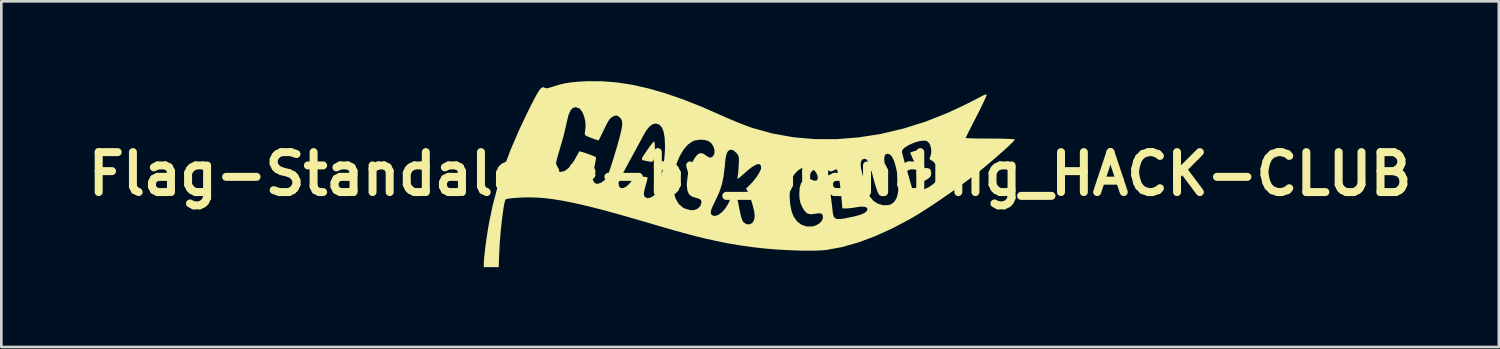
<source format=kicad_pcb>
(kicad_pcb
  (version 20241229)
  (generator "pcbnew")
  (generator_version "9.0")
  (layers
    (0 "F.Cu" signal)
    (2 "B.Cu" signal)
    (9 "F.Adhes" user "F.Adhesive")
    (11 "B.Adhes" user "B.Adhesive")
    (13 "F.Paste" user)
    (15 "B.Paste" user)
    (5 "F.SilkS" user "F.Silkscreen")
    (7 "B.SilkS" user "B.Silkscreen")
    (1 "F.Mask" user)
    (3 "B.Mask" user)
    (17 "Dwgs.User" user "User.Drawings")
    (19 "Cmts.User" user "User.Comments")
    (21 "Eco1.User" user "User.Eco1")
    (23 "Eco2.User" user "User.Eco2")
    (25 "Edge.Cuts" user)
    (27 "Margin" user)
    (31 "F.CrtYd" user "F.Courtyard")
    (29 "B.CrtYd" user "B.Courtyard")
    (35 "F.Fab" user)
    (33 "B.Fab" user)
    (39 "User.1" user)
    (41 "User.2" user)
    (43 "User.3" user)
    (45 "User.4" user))
  (footprint "Flag-Standalone-bw_Branding_HACK-CLUB"
    (layer "F.Cu")
    (at 25.121 3.485)
    (property "Reference" "Flag-Standalone-bw_Branding_HACK-CLUB" (at 0 0 0) (layer "F.SilkS") (effects (font (size 1.5 1.5) (thickness 0.3))))
    (attr board_only exclude_from_pos_files exclude_from_bom)
    (fp_poly (pts (xy 6.481 -0.87) (xy 6.509 -0.817) (xy 6.532 -0.754) (xy 6.526 -0.705) (xy 6.48 -0.646) (xy 6.392 -0.565) (xy 6.298 -0.486) (xy 6.228 -0.433) (xy 6.201 -0.418) (xy 6.173 -0.45) (xy 6.129 -0.533) (xy 6.094 -0.61) (xy 6.013 -0.802) (xy 6.115 -0.842) (xy 6.23 -0.878) (xy 6.339 -0.902) (xy 6.429 -0.906)) (stroke (width 0) (type solid)) (fill yes) (layer "F.SilkS"))
    (fp_poly (pts (xy -3.589 -1.182) (xy -3.577 -1.085) (xy -3.577 -0.943) (xy -3.587 -0.769) (xy -3.599 -0.656) (xy -3.619 -0.535) (xy -3.654 -0.474) (xy -3.724 -0.459) (xy -3.846 -0.478) (xy -3.859 -0.481) (xy -3.97 -0.504) (xy -4.038 -0.524) (xy -4.065 -0.556) (xy -4.05 -0.611) (xy -3.994 -0.704) (xy -3.898 -0.846) (xy -3.878 -0.875) (xy -3.781 -1.014) (xy -3.697 -1.126) (xy -3.637 -1.197) (xy -3.611 -1.217)) (stroke (width 0) (type solid)) (fill yes) (layer "F.SilkS"))
    (fp_poly (pts (xy 6.673 -0.221) (xy 6.754 -0.189) (xy 6.761 -0.183) (xy 6.796 -0.106) (xy 6.804 -0.001) (xy 6.782 0.087) (xy 6.777 0.095) (xy 6.711 0.158) (xy 6.615 0.223) (xy 6.508 0.279) (xy 6.413 0.315) (xy 6.349 0.322) (xy 6.337 0.313) (xy 6.32 0.26) (xy 6.297 0.166) (xy 6.295 0.152) (xy 6.271 0.042) (xy 6.25 -0.045) (xy 6.249 -0.048) (xy 6.266 -0.109) (xy 6.338 -0.162) (xy 6.444 -0.202) (xy 6.562 -0.223)) (stroke (width 0) (type solid)) (fill yes) (layer "F.SilkS"))
    (fp_poly (pts (xy -5.558 -3.483) (xy -5 -3.439) (xy -4.424 -3.35) (xy -3.823 -3.216) (xy -3.191 -3.034) (xy -2.524 -2.804) (xy -1.814 -2.524) (xy -1.065 -2.195) (xy -0.813 -2.084) (xy -0.542 -1.97) (xy -0.276 -1.864) (xy -0.038 -1.774) (xy 0.095 -1.728) (xy 0.846 -1.52) (xy 1.623 -1.381) (xy 2.422 -1.311) (xy 3.239 -1.308) (xy 4.068 -1.373) (xy 4.906 -1.504) (xy 5.747 -1.702) (xy 6.588 -1.966) (xy 7.422 -2.296) (xy 7.928 -2.53) (xy 8.135 -2.632) (xy 8.332 -2.731) (xy 8.503 -2.818) (xy 8.631 -2.886) (xy 8.679 -2.912) (xy 8.783 -2.965) (xy 8.861 -2.991) (xy 8.888 -2.988) (xy 8.879 -2.948) (xy 8.84 -2.85) (xy 8.773 -2.704) (xy 8.685 -2.52) (xy 8.579 -2.308) (xy 8.508 -2.169) (xy 8.392 -1.944) (xy 8.289 -1.742) (xy 8.204 -1.573) (xy 8.141 -1.446) (xy 8.105 -1.371) (xy 8.099 -1.354) (xy 8.135 -1.348) (xy 8.237 -1.342) (xy 8.394 -1.337) (xy 8.597 -1.333) (xy 8.833 -1.331) (xy 9.009 -1.331) (xy 9.278 -1.329) (xy 9.513 -1.325) (xy 9.706 -1.319) (xy 9.847 -1.311) (xy 9.927 -1.301) (xy 9.942 -1.296) (xy 9.921 -1.258) (xy 9.845 -1.176) (xy 9.717 -1.052) (xy 9.54 -0.891) (xy 9.317 -0.694) (xy 9.052 -0.465) (xy 8.879 -0.318) (xy 8.597 -0.088) (xy 8.266 0.167) (xy 7.901 0.437) (xy 7.516 0.712) (xy 7.127 0.981) (xy 6.749 1.234) (xy 6.395 1.46) (xy 6.082 1.649) (xy 6.027 1.681) (xy 5.35 2.04) (xy 4.692 2.338) (xy 4.057 2.574) (xy 3.449 2.746) (xy 2.873 2.852) (xy 2.84 2.856) (xy 2.638 2.872) (xy 2.375 2.88) (xy 2.065 2.88) (xy 1.723 2.872) (xy 1.363 2.857) (xy 0.999 2.836) (xy 0.646 2.807) (xy 0.494 2.793) (xy 0.046 2.741) (xy -0.391 2.679) (xy -0.828 2.605) (xy -1.276 2.516) (xy -1.747 2.409) (xy -2.251 2.282) (xy -2.8 2.132) (xy -3.405 1.958) (xy -3.593 1.902) (xy -4.262 1.706) (xy -4.865 1.534) (xy -5.149 1.455) (xy -1.477 1.455) (xy -1.456 1.519) (xy -1.406 1.559) (xy -1.302 1.575) (xy -1.18 1.529) (xy -1.053 1.431) (xy -0.929 1.291) (xy -0.82 1.118) (xy -0.743 0.946) (xy -0.695 0.831) (xy -0.648 0.775) (xy -0.591 0.76) (xy -0.555 0.765) (xy -0.526 0.788) (xy -0.502 0.841) (xy -0.476 0.936) (xy -0.445 1.084) (xy -0.414 1.245) (xy -0.37 1.467) (xy -0.331 1.626) (xy -0.293 1.733) (xy -0.252 1.801) (xy -0.24 1.816) (xy -0.129 1.887) (xy -0.012 1.892) (xy 0.089 1.832) (xy 0.091 1.83) (xy 0.152 1.727) (xy 0.174 1.591) (xy 0.157 1.412) (xy 0.1 1.178) (xy 0.097 1.166) (xy 0.044 0.997) (xy -0.005 0.857) (xy 1.486 0.857) (xy 1.507 1.139) (xy 1.559 1.397) (xy 1.635 1.596) (xy 1.767 1.782) (xy 1.938 1.909) (xy 2.134 1.973) (xy 2.344 1.969) (xy 2.46 1.937) (xy 2.602 1.858) (xy 2.7 1.752) (xy 2.738 1.637) (xy 2.738 1.633) (xy 2.722 1.535) (xy 2.669 1.484) (xy 2.567 1.475) (xy 2.445 1.494) (xy 2.28 1.513) (xy 2.156 1.485) (xy 2.056 1.4) (xy 1.964 1.25) (xy 1.952 1.226) (xy 1.89 1.079) (xy 1.859 0.935) (xy 1.849 0.755) (xy 1.849 0.747) (xy 1.863 0.521) (xy 1.91 0.356) (xy 1.993 0.241) (xy 2.059 0.193) (xy 2.134 0.16) (xy 2.198 0.163) (xy 2.29 0.206) (xy 2.292 0.207) (xy 2.42 0.254) (xy 2.506 0.24) (xy 2.545 0.173) (xy 2.532 0.06) (xy 2.49 -0.039) (xy 2.449 -0.091) (xy 2.932 -0.091) (xy 2.935 0.038) (xy 2.951 0.215) (xy 2.98 0.45) (xy 3 0.598) (xy 3.03 0.817) (xy 3.058 1.035) (xy 3.082 1.228) (xy 3.098 1.371) (xy 3.099 1.381) (xy 3.116 1.508) (xy 3.143 1.6) (xy 3.191 1.66) (xy 3.27 1.69) (xy 3.388 1.692) (xy 3.555 1.668) (xy 3.781 1.622) (xy 3.93 1.589) (xy 4.155 1.527) (xy 4.307 1.459) (xy 4.391 1.382) (xy 4.411 1.313) (xy 4.377 1.258) (xy 4.283 1.229) (xy 4.142 1.227) (xy 3.992 1.249) (xy 3.84 1.274) (xy 3.689 1.29) (xy 3.623 1.293) (xy 3.466 1.293) (xy 3.445 1.036) (xy 3.408 0.642) (xy 3.368 0.32) (xy 3.325 0.064) (xy 3.277 -0.128) (xy 3.224 -0.262) (xy 3.198 -0.298) (xy 4.156 -0.298) (xy 4.158 -0.282) (xy 4.187 -0.128) (xy 4.234 0.065) (xy 4.294 0.276) (xy 4.359 0.484) (xy 4.425 0.67) (xy 4.483 0.812) (xy 4.508 0.861) (xy 4.634 1.01) (xy 4.802 1.116) (xy 4.993 1.172) (xy 5.186 1.17) (xy 5.306 1.133) (xy 5.426 1.037) (xy 5.513 0.88) (xy 5.563 0.668) (xy 5.575 0.409) (xy 5.549 0.108) (xy 5.533 0.012) (xy 5.472 -0.279) (xy 5.406 -0.499) (xy 5.332 -0.65) (xy 5.25 -0.736) (xy 5.165 -0.76) (xy 5.093 -0.74) (xy 5.051 -0.674) (xy 5.038 -0.556) (xy 5.055 -0.38) (xy 5.091 -0.176) (xy 5.136 0.09) (xy 5.163 0.332) (xy 5.169 0.537) (xy 5.155 0.69) (xy 5.132 0.763) (xy 5.063 0.821) (xy 4.963 0.835) (xy 4.878 0.806) (xy 4.833 0.756) (xy 4.784 0.657) (xy 4.73 0.503) (xy 4.666 0.287) (xy 4.6 0.035) (xy 4.537 -0.2) (xy 4.481 -0.369) (xy 4.428 -0.481) (xy 4.374 -0.545) (xy 4.314 -0.569) (xy 4.295 -0.57) (xy 4.205 -0.539) (xy 4.158 -0.447) (xy 4.156 -0.298) (xy 3.198 -0.298) (xy 3.165 -0.343) (xy 3.144 -0.358) (xy 3.084 -0.376) (xy 3.027 -0.339) (xy 3.002 -0.309) (xy 2.965 -0.254) (xy 2.942 -0.185) (xy 2.932 -0.091) (xy 2.449 -0.091) (xy 2.385 -0.172) (xy 2.25 -0.245) (xy 2.096 -0.261) (xy 1.938 -0.221) (xy 1.789 -0.128) (xy 1.661 0.016) (xy 1.61 0.103) (xy 1.537 0.316) (xy 1.496 0.575) (xy 1.486 0.857) (xy -0.005 0.857) (xy -0.012 0.837) (xy -0.061 0.715) (xy -0.075 0.687) (xy -0.148 0.543) (xy -0.031 0.433) (xy 0.096 0.3) (xy 0.216 0.151) (xy 0.317 0.001) (xy 0.389 -0.13) (xy 0.418 -0.227) (xy 0.418 -0.234) (xy 0.397 -0.336) (xy 0.333 -0.376) (xy 0.228 -0.353) (xy 0.081 -0.268) (xy -0.106 -0.122) (xy -0.226 -0.014) (xy -0.339 0.086) (xy -0.425 0.154) (xy -0.473 0.182) (xy -0.479 0.171) (xy -0.464 0.102) (xy -0.449 -0.023) (xy -0.435 -0.183) (xy -0.429 -0.286) (xy -0.42 -0.46) (xy -0.419 -0.577) (xy -0.429 -0.655) (xy -0.453 -0.712) (xy -0.493 -0.767) (xy -0.512 -0.79) (xy -0.572 -0.843) (xy 5.706 -0.843) (xy 5.718 -0.763) (xy 5.747 -0.654) (xy 5.775 -0.552) (xy 5.817 -0.401) (xy 5.87 -0.218) (xy 5.926 -0.02) (xy 5.983 0.177) (xy 6.034 0.356) (xy 6.075 0.498) (xy 6.102 0.588) (xy 6.105 0.599) (xy 6.154 0.637) (xy 6.258 0.643) (xy 6.404 0.616) (xy 6.56 0.567) (xy 6.734 0.482) (xy 6.892 0.368) (xy 7.016 0.242) (xy 7.088 0.119) (xy 7.094 0.1) (xy 7.098 -0.043) (xy 7.055 -0.202) (xy 6.976 -0.354) (xy 6.874 -0.475) (xy 6.772 -0.537) (xy 6.739 -0.566) (xy 6.758 -0.626) (xy 6.763 -0.636) (xy 6.803 -0.773) (xy 6.803 -0.934) (xy 6.766 -1.085) (xy 6.724 -1.159) (xy 6.668 -1.22) (xy 6.607 -1.248) (xy 6.514 -1.252) (xy 6.443 -1.247) (xy 6.285 -1.216) (xy 6.107 -1.154) (xy 5.936 -1.073) (xy 5.8 -0.985) (xy 5.753 -0.942) (xy 5.718 -0.895) (xy 5.706 -0.843) (xy -0.572 -0.843) (xy -0.611 -0.879) (xy -0.705 -0.913) (xy -0.706 -0.913) (xy -0.782 -0.897) (xy -0.84 -0.843) (xy -0.885 -0.742) (xy -0.919 -0.586) (xy -0.945 -0.366) (xy -0.953 -0.271) (xy -0.993 0.077) (xy -1.056 0.38) (xy -1.15 0.666) (xy -1.283 0.964) (xy -1.316 1.03) (xy -1.409 1.221) (xy -1.462 1.359) (xy -1.477 1.455) (xy -5.149 1.455) (xy -5.407 1.384) (xy -5.895 1.257) (xy -6.335 1.151) (xy -6.731 1.064) (xy -7.09 0.995) (xy -7.417 0.943) (xy -7.718 0.907) (xy -7.999 0.886) (xy -8.265 0.878) (xy -8.346 0.878) (xy -8.56 0.883) (xy -8.763 0.894) (xy -8.942 0.909) (xy -9.081 0.927) (xy -9.165 0.947) (xy -9.181 0.955) (xy -9.206 1.014) (xy -9.235 1.138) (xy -9.265 1.315) (xy -9.296 1.534) (xy -9.327 1.785) (xy -9.356 2.056) (xy -9.381 2.335) (xy -9.402 2.612) (xy -9.416 2.876) (xy -9.417 2.899) (xy -9.442 3.498) (xy -9.721 3.498) (xy -10 3.498) (xy -10 3.354) (xy -9.994 3.229) (xy -9.977 3.044) (xy -9.951 2.817) (xy -9.918 2.564) (xy -9.88 2.3) (xy -9.84 2.043) (xy -9.809 1.863) (xy -9.665 1.17) (xy -9.482 0.479) (xy -9.256 -0.219) (xy -9.208 -0.346) (xy -7.294 -0.346) (xy -7.287 -0.203) (xy -7.238 -0.115) (xy -7.148 -0.078) (xy -7.115 -0.076) (xy -6.963 -0.113) (xy -6.813 -0.226) (xy -6.664 -0.413) (xy -6.59 -0.533) (xy -6.516 -0.666) (xy -6.456 -0.773) (xy -6.422 -0.839) (xy -6.417 -0.849) (xy -6.381 -0.847) (xy -6.294 -0.824) (xy -6.176 -0.785) (xy -6.046 -0.74) (xy -5.924 -0.693) (xy -5.83 -0.653) (xy -5.785 -0.626) (xy -5.787 -0.586) (xy -5.802 -0.488) (xy -5.829 -0.348) (xy -5.852 -0.235) (xy -5.892 -0.03) (xy -5.909 0.115) (xy -5.905 0.21) (xy -5.897 0.239) (xy -5.834 0.34) (xy -5.746 0.373) (xy -5.631 0.342) (xy -4.943 0.342) (xy -4.92 0.464) (xy -4.857 0.527) (xy -4.763 0.529) (xy -4.648 0.471) (xy -4.556 0.39) (xy -4.467 0.288) (xy -4.395 0.192) (xy -4.373 0.157) (xy -4.342 0.107) (xy -4.299 0.083) (xy -4.223 0.079) (xy -4.096 0.09) (xy -3.972 0.105) (xy -3.883 0.12) (xy -3.85 0.13) (xy -3.853 0.171) (xy -3.874 0.265) (xy -3.909 0.393) (xy -3.914 0.409) (xy -3.964 0.59) (xy -3.987 0.715) (xy -3.985 0.799) (xy -3.958 0.855) (xy -3.947 0.867) (xy -3.855 0.91) (xy -3.737 0.888) (xy -3.606 0.805) (xy -3.598 0.797) (xy -3.537 0.737) (xy -3.49 0.67) (xy -3.452 0.58) (xy -3.413 0.447) (xy -3.392 0.364) (xy -2.889 0.364) (xy -2.866 0.671) (xy -2.797 0.924) (xy -2.682 1.122) (xy -2.524 1.26) (xy -2.415 1.312) (xy -2.245 1.358) (xy -2.111 1.358) (xy -1.988 1.312) (xy -1.972 1.303) (xy -1.865 1.202) (xy -1.826 1.07) (xy -1.831 1.003) (xy -1.875 0.949) (xy -1.986 0.906) (xy -2.03 0.896) (xy -2.185 0.845) (xy -2.289 0.764) (xy -2.349 0.64) (xy -2.373 0.462) (xy -2.375 0.368) (xy -2.341 0.05) (xy -2.247 -0.272) (xy -2.102 -0.566) (xy -2.092 -0.583) (xy -1.986 -0.719) (xy -1.883 -0.782) (xy -1.776 -0.774) (xy -1.671 -0.707) (xy -1.562 -0.631) (xy -1.48 -0.614) (xy -1.406 -0.654) (xy -1.391 -0.668) (xy -1.338 -0.77) (xy -1.336 -0.9) (xy -1.378 -1.037) (xy -1.458 -1.158) (xy -1.558 -1.235) (xy -1.708 -1.28) (xy -1.889 -1.289) (xy -2.067 -1.262) (xy -2.151 -1.232) (xy -2.327 -1.11) (xy -2.49 -0.926) (xy -2.632 -0.691) (xy -2.749 -0.419) (xy -2.834 -0.123) (xy -2.881 0.185) (xy -2.889 0.364) (xy -3.392 0.364) (xy -3.37 0.274) (xy -3.28 -0.154) (xy -3.223 -0.538) (xy -3.197 -0.898) (xy -3.195 -1.058) (xy -3.208 -1.358) (xy -3.248 -1.589) (xy -3.314 -1.753) (xy -3.409 -1.854) (xy -3.525 -1.894) (xy -3.649 -1.874) (xy -3.772 -1.789) (xy -3.897 -1.634) (xy -4.013 -1.436) (xy -4.076 -1.317) (xy -4.168 -1.146) (xy -4.28 -0.939) (xy -4.404 -0.712) (xy -4.531 -0.479) (xy -4.55 -0.444) (xy -4.667 -0.229) (xy -4.769 -0.033) (xy -4.853 0.133) (xy -4.912 0.258) (xy -4.941 0.331) (xy -4.943 0.342) (xy -5.631 0.342) (xy -5.625 0.34) (xy -5.563 0.306) (xy -5.464 0.231) (xy -5.389 0.15) (xy -5.385 0.144) (xy -5.353 0.074) (xy -5.304 -0.056) (xy -5.243 -0.234) (xy -5.174 -0.447) (xy -5.101 -0.682) (xy -5.027 -0.926) (xy -4.958 -1.166) (xy -4.897 -1.39) (xy -4.881 -1.452) (xy -4.827 -1.681) (xy -4.802 -1.851) (xy -4.807 -1.976) (xy -4.841 -2.067) (xy -4.906 -2.136) (xy -4.914 -2.142) (xy -4.987 -2.19) (xy -5.046 -2.198) (xy -5.127 -2.168) (xy -5.151 -2.157) (xy -5.214 -2.119) (xy -5.271 -2.063) (xy -5.33 -1.976) (xy -5.401 -1.844) (xy -5.48 -1.684) (xy -5.557 -1.524) (xy -5.621 -1.391) (xy -5.666 -1.3) (xy -5.685 -1.263) (xy -5.685 -1.263) (xy -5.723 -1.269) (xy -5.808 -1.296) (xy -5.919 -1.336) (xy -6.033 -1.38) (xy -6.129 -1.421) (xy -6.183 -1.451) (xy -6.184 -1.451) (xy -6.208 -1.506) (xy -6.198 -1.614) (xy -6.192 -1.644) (xy -6.176 -1.811) (xy -6.192 -1.995) (xy -6.236 -2.175) (xy -6.301 -2.33) (xy -6.381 -2.439) (xy -6.42 -2.468) (xy -6.548 -2.509) (xy -6.656 -2.482) (xy -6.745 -2.385) (xy -6.818 -2.216) (xy -6.864 -2.034) (xy -7.004 -1.425) (xy -7.174 -0.842) (xy -7.185 -0.806) (xy -7.26 -0.546) (xy -7.294 -0.346) (xy -9.208 -0.346) (xy -8.983 -0.937) (xy -8.659 -1.685) (xy -8.367 -2.3) (xy -8.22 -2.595) (xy -8.101 -2.827) (xy -8.005 -3.002) (xy -7.928 -3.127) (xy -7.866 -3.207) (xy -7.814 -3.249) (xy -7.767 -3.259) (xy -7.723 -3.243) (xy -7.719 -3.241) (xy -7.661 -3.22) (xy -7.581 -3.227) (xy -7.457 -3.263) (xy -7.427 -3.273) (xy -7.189 -3.348) (xy -6.956 -3.404) (xy -6.707 -3.443) (xy -6.422 -3.469) (xy -6.103 -3.485)) (stroke (width 0) (type solid)) (fill yes) (layer "F.SilkS")))
  (gr_rect
    (start -3 -3)
    (end 53.243 9.983)
    (stroke (width 0.1) (type default))
    (fill no)
    (layer "Edge.Cuts")))
</source>
